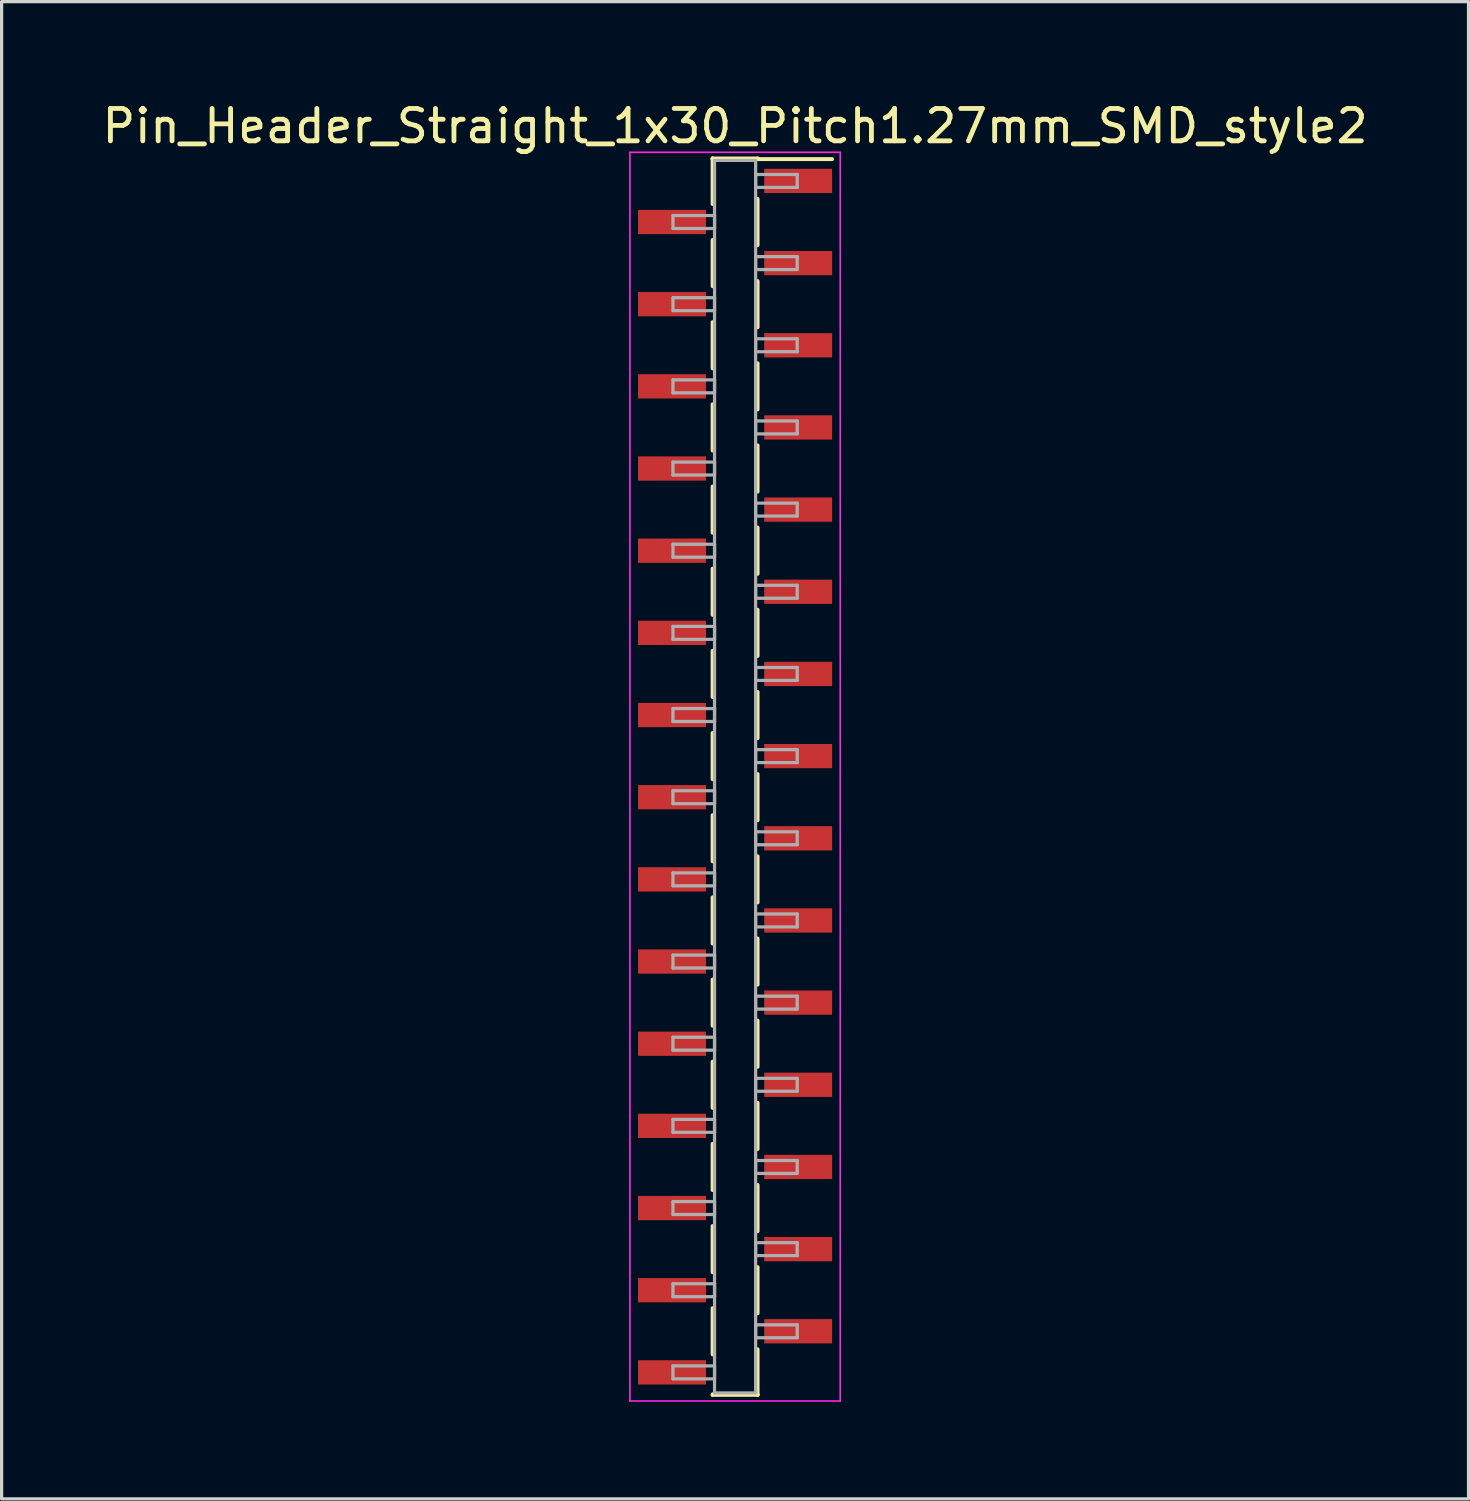
<source format=kicad_pcb>
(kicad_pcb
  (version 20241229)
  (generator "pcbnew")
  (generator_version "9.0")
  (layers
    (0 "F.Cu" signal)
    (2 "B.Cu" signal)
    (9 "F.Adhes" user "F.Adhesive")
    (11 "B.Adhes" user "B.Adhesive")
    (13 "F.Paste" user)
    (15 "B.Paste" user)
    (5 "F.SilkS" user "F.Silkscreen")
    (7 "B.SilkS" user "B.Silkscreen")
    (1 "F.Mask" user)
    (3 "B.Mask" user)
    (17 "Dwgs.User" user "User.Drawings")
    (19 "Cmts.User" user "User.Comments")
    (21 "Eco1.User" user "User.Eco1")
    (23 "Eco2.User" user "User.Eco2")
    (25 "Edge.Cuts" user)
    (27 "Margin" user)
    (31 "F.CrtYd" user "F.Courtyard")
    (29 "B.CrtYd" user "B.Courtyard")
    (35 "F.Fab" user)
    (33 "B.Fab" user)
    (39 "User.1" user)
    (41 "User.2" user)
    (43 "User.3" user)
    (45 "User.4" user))
  (footprint "Pin_Header_Straight_1x30_Pitch1.27mm_SMD_style2"
    (layer "F.Cu")
    (at 19.673 20.958)
    (property "Reference" "Pin_Header_Straight_1x30_Pitch1.27mm_SMD_style2" (at 0 -20.11 0) (layer "F.SilkS") (effects (font (size 1 1) (thickness 0.15))))
    (attr smd)
    (fp_line (start -0.695 -19.11) (end -0.695 -17.7) (stroke (width 0.12) (type solid)) (layer "F.SilkS"))
    (fp_line (start -0.695 -19.11) (end 0.695 -19.11) (stroke (width 0.12) (type solid)) (layer "F.SilkS"))
    (fp_line (start -0.695 -19.09) (end -0.695 -19.11) (stroke (width 0.12) (type solid)) (layer "F.SilkS"))
    (fp_line (start -0.695 -16.59) (end -0.695 -15.16) (stroke (width 0.12) (type solid)) (layer "F.SilkS"))
    (fp_line (start -0.695 -14.05) (end -0.695 -12.62) (stroke (width 0.12) (type solid)) (layer "F.SilkS"))
    (fp_line (start -0.695 -11.51) (end -0.695 -10.08) (stroke (width 0.12) (type solid)) (layer "F.SilkS"))
    (fp_line (start -0.695 -8.97) (end -0.695 -7.54) (stroke (width 0.12) (type solid)) (layer "F.SilkS"))
    (fp_line (start -0.695 -6.43) (end -0.695 -5) (stroke (width 0.12) (type solid)) (layer "F.SilkS"))
    (fp_line (start -0.695 -3.89) (end -0.695 -2.46) (stroke (width 0.12) (type solid)) (layer "F.SilkS"))
    (fp_line (start -0.695 -1.35) (end -0.695 0.08) (stroke (width 0.12) (type solid)) (layer "F.SilkS"))
    (fp_line (start -0.695 1.19) (end -0.695 2.62) (stroke (width 0.12) (type solid)) (layer "F.SilkS"))
    (fp_line (start -0.695 3.73) (end -0.695 5.16) (stroke (width 0.12) (type solid)) (layer "F.SilkS"))
    (fp_line (start -0.695 6.27) (end -0.695 7.7) (stroke (width 0.12) (type solid)) (layer "F.SilkS"))
    (fp_line (start -0.695 8.81) (end -0.695 10.24) (stroke (width 0.12) (type solid)) (layer "F.SilkS"))
    (fp_line (start -0.695 11.35) (end -0.695 12.78) (stroke (width 0.12) (type solid)) (layer "F.SilkS"))
    (fp_line (start -0.695 13.89) (end -0.695 15.32) (stroke (width 0.12) (type solid)) (layer "F.SilkS"))
    (fp_line (start -0.695 16.43) (end -0.695 17.86) (stroke (width 0.12) (type solid)) (layer "F.SilkS"))
    (fp_line (start -0.695 19.09) (end -0.695 19.11) (stroke (width 0.12) (type solid)) (layer "F.SilkS"))
    (fp_line (start -0.695 19.11) (end 0.695 19.11) (stroke (width 0.12) (type solid)) (layer "F.SilkS"))
    (fp_line (start 0.695 -19.11) (end 0.695 -19.09) (stroke (width 0.12) (type solid)) (layer "F.SilkS"))
    (fp_line (start 0.695 -19.09) (end 3 -19.09) (stroke (width 0.12) (type solid)) (layer "F.SilkS"))
    (fp_line (start 0.695 -17.86) (end 0.695 -16.43) (stroke (width 0.12) (type solid)) (layer "F.SilkS"))
    (fp_line (start 0.695 -15.32) (end 0.695 -13.89) (stroke (width 0.12) (type solid)) (layer "F.SilkS"))
    (fp_line (start 0.695 -12.78) (end 0.695 -11.35) (stroke (width 0.12) (type solid)) (layer "F.SilkS"))
    (fp_line (start 0.695 -10.24) (end 0.695 -8.81) (stroke (width 0.12) (type solid)) (layer "F.SilkS"))
    (fp_line (start 0.695 -7.7) (end 0.695 -6.27) (stroke (width 0.12) (type solid)) (layer "F.SilkS"))
    (fp_line (start 0.695 -5.16) (end 0.695 -3.73) (stroke (width 0.12) (type solid)) (layer "F.SilkS"))
    (fp_line (start 0.695 -2.62) (end 0.695 -1.19) (stroke (width 0.12) (type solid)) (layer "F.SilkS"))
    (fp_line (start 0.695 -0.08) (end 0.695 1.35) (stroke (width 0.12) (type solid)) (layer "F.SilkS"))
    (fp_line (start 0.695 2.46) (end 0.695 3.89) (stroke (width 0.12) (type solid)) (layer "F.SilkS"))
    (fp_line (start 0.695 5) (end 0.695 6.43) (stroke (width 0.12) (type solid)) (layer "F.SilkS"))
    (fp_line (start 0.695 7.54) (end 0.695 8.97) (stroke (width 0.12) (type solid)) (layer "F.SilkS"))
    (fp_line (start 0.695 10.08) (end 0.695 11.51) (stroke (width 0.12) (type solid)) (layer "F.SilkS"))
    (fp_line (start 0.695 12.62) (end 0.695 14.05) (stroke (width 0.12) (type solid)) (layer "F.SilkS"))
    (fp_line (start 0.695 15.16) (end 0.695 16.59) (stroke (width 0.12) (type solid)) (layer "F.SilkS"))
    (fp_line (start 0.695 17.7) (end 0.695 19.11) (stroke (width 0.12) (type solid)) (layer "F.SilkS"))
    (fp_line (start 0.695 19.11) (end 0.695 19.09) (stroke (width 0.12) (type solid)) (layer "F.SilkS"))
    (fp_line (start -3.25 -19.3) (end -3.25 19.3) (stroke (width 0.05) (type solid)) (layer "F.CrtYd"))
    (fp_line (start -3.25 19.3) (end 3.25 19.3) (stroke (width 0.05) (type solid)) (layer "F.CrtYd"))
    (fp_line (start 3.25 -19.3) (end -3.25 -19.3) (stroke (width 0.05) (type solid)) (layer "F.CrtYd"))
    (fp_line (start 3.25 19.3) (end 3.25 -19.3) (stroke (width 0.05) (type solid)) (layer "F.CrtYd"))
    (fp_line (start -1.92 -17.345) (end -0.635 -17.345) (stroke (width 0.1) (type solid)) (layer "F.Fab"))
    (fp_line (start -1.92 -16.945) (end -1.92 -17.345) (stroke (width 0.1) (type solid)) (layer "F.Fab"))
    (fp_line (start -1.92 -14.805) (end -0.635 -14.805) (stroke (width 0.1) (type solid)) (layer "F.Fab"))
    (fp_line (start -1.92 -14.405) (end -1.92 -14.805) (stroke (width 0.1) (type solid)) (layer "F.Fab"))
    (fp_line (start -1.92 -12.265) (end -0.635 -12.265) (stroke (width 0.1) (type solid)) (layer "F.Fab"))
    (fp_line (start -1.92 -11.865) (end -1.92 -12.265) (stroke (width 0.1) (type solid)) (layer "F.Fab"))
    (fp_line (start -1.92 -9.725) (end -0.635 -9.725) (stroke (width 0.1) (type solid)) (layer "F.Fab"))
    (fp_line (start -1.92 -9.325) (end -1.92 -9.725) (stroke (width 0.1) (type solid)) (layer "F.Fab"))
    (fp_line (start -1.92 -7.185) (end -0.635 -7.185) (stroke (width 0.1) (type solid)) (layer "F.Fab"))
    (fp_line (start -1.92 -6.785) (end -1.92 -7.185) (stroke (width 0.1) (type solid)) (layer "F.Fab"))
    (fp_line (start -1.92 -4.645) (end -0.635 -4.645) (stroke (width 0.1) (type solid)) (layer "F.Fab"))
    (fp_line (start -1.92 -4.245) (end -1.92 -4.645) (stroke (width 0.1) (type solid)) (layer "F.Fab"))
    (fp_line (start -1.92 -2.105) (end -0.635 -2.105) (stroke (width 0.1) (type solid)) (layer "F.Fab"))
    (fp_line (start -1.92 -1.705) (end -1.92 -2.105) (stroke (width 0.1) (type solid)) (layer "F.Fab"))
    (fp_line (start -1.92 0.435) (end -0.635 0.435) (stroke (width 0.1) (type solid)) (layer "F.Fab"))
    (fp_line (start -1.92 0.835) (end -1.92 0.435) (stroke (width 0.1) (type solid)) (layer "F.Fab"))
    (fp_line (start -1.92 2.975) (end -0.635 2.975) (stroke (width 0.1) (type solid)) (layer "F.Fab"))
    (fp_line (start -1.92 3.375) (end -1.92 2.975) (stroke (width 0.1) (type solid)) (layer "F.Fab"))
    (fp_line (start -1.92 5.515) (end -0.635 5.515) (stroke (width 0.1) (type solid)) (layer "F.Fab"))
    (fp_line (start -1.92 5.915) (end -1.92 5.515) (stroke (width 0.1) (type solid)) (layer "F.Fab"))
    (fp_line (start -1.92 8.055) (end -0.635 8.055) (stroke (width 0.1) (type solid)) (layer "F.Fab"))
    (fp_line (start -1.92 8.455) (end -1.92 8.055) (stroke (width 0.1) (type solid)) (layer "F.Fab"))
    (fp_line (start -1.92 10.595) (end -0.635 10.595) (stroke (width 0.1) (type solid)) (layer "F.Fab"))
    (fp_line (start -1.92 10.995) (end -1.92 10.595) (stroke (width 0.1) (type solid)) (layer "F.Fab"))
    (fp_line (start -1.92 13.135) (end -0.635 13.135) (stroke (width 0.1) (type solid)) (layer "F.Fab"))
    (fp_line (start -1.92 13.535) (end -1.92 13.135) (stroke (width 0.1) (type solid)) (layer "F.Fab"))
    (fp_line (start -1.92 15.675) (end -0.635 15.675) (stroke (width 0.1) (type solid)) (layer "F.Fab"))
    (fp_line (start -1.92 16.075) (end -1.92 15.675) (stroke (width 0.1) (type solid)) (layer "F.Fab"))
    (fp_line (start -1.92 18.215) (end -0.635 18.215) (stroke (width 0.1) (type solid)) (layer "F.Fab"))
    (fp_line (start -1.92 18.615) (end -1.92 18.215) (stroke (width 0.1) (type solid)) (layer "F.Fab"))
    (fp_line (start -0.635 -19.05) (end -0.635 19.05) (stroke (width 0.1) (type solid)) (layer "F.Fab"))
    (fp_line (start -0.635 -17.345) (end -0.635 -16.945) (stroke (width 0.1) (type solid)) (layer "F.Fab"))
    (fp_line (start -0.635 -16.945) (end -1.92 -16.945) (stroke (width 0.1) (type solid)) (layer "F.Fab"))
    (fp_line (start -0.635 -14.805) (end -0.635 -14.405) (stroke (width 0.1) (type solid)) (layer "F.Fab"))
    (fp_line (start -0.635 -14.405) (end -1.92 -14.405) (stroke (width 0.1) (type solid)) (layer "F.Fab"))
    (fp_line (start -0.635 -12.265) (end -0.635 -11.865) (stroke (width 0.1) (type solid)) (layer "F.Fab"))
    (fp_line (start -0.635 -11.865) (end -1.92 -11.865) (stroke (width 0.1) (type solid)) (layer "F.Fab"))
    (fp_line (start -0.635 -9.725) (end -0.635 -9.325) (stroke (width 0.1) (type solid)) (layer "F.Fab"))
    (fp_line (start -0.635 -9.325) (end -1.92 -9.325) (stroke (width 0.1) (type solid)) (layer "F.Fab"))
    (fp_line (start -0.635 -7.185) (end -0.635 -6.785) (stroke (width 0.1) (type solid)) (layer "F.Fab"))
    (fp_line (start -0.635 -6.785) (end -1.92 -6.785) (stroke (width 0.1) (type solid)) (layer "F.Fab"))
    (fp_line (start -0.635 -4.645) (end -0.635 -4.245) (stroke (width 0.1) (type solid)) (layer "F.Fab"))
    (fp_line (start -0.635 -4.245) (end -1.92 -4.245) (stroke (width 0.1) (type solid)) (layer "F.Fab"))
    (fp_line (start -0.635 -2.105) (end -0.635 -1.705) (stroke (width 0.1) (type solid)) (layer "F.Fab"))
    (fp_line (start -0.635 -1.705) (end -1.92 -1.705) (stroke (width 0.1) (type solid)) (layer "F.Fab"))
    (fp_line (start -0.635 0.435) (end -0.635 0.835) (stroke (width 0.1) (type solid)) (layer "F.Fab"))
    (fp_line (start -0.635 0.835) (end -1.92 0.835) (stroke (width 0.1) (type solid)) (layer "F.Fab"))
    (fp_line (start -0.635 2.975) (end -0.635 3.375) (stroke (width 0.1) (type solid)) (layer "F.Fab"))
    (fp_line (start -0.635 3.375) (end -1.92 3.375) (stroke (width 0.1) (type solid)) (layer "F.Fab"))
    (fp_line (start -0.635 5.515) (end -0.635 5.915) (stroke (width 0.1) (type solid)) (layer "F.Fab"))
    (fp_line (start -0.635 5.915) (end -1.92 5.915) (stroke (width 0.1) (type solid)) (layer "F.Fab"))
    (fp_line (start -0.635 8.055) (end -0.635 8.455) (stroke (width 0.1) (type solid)) (layer "F.Fab"))
    (fp_line (start -0.635 8.455) (end -1.92 8.455) (stroke (width 0.1) (type solid)) (layer "F.Fab"))
    (fp_line (start -0.635 10.595) (end -0.635 10.995) (stroke (width 0.1) (type solid)) (layer "F.Fab"))
    (fp_line (start -0.635 10.995) (end -1.92 10.995) (stroke (width 0.1) (type solid)) (layer "F.Fab"))
    (fp_line (start -0.635 13.135) (end -0.635 13.535) (stroke (width 0.1) (type solid)) (layer "F.Fab"))
    (fp_line (start -0.635 13.535) (end -1.92 13.535) (stroke (width 0.1) (type solid)) (layer "F.Fab"))
    (fp_line (start -0.635 15.675) (end -0.635 16.075) (stroke (width 0.1) (type solid)) (layer "F.Fab"))
    (fp_line (start -0.635 16.075) (end -1.92 16.075) (stroke (width 0.1) (type solid)) (layer "F.Fab"))
    (fp_line (start -0.635 18.215) (end -0.635 18.615) (stroke (width 0.1) (type solid)) (layer "F.Fab"))
    (fp_line (start -0.635 18.615) (end -1.92 18.615) (stroke (width 0.1) (type solid)) (layer "F.Fab"))
    (fp_line (start -0.635 19.05) (end 0.635 19.05) (stroke (width 0.1) (type solid)) (layer "F.Fab"))
    (fp_line (start 0.635 -19.05) (end -0.635 -19.05) (stroke (width 0.1) (type solid)) (layer "F.Fab"))
    (fp_line (start 0.635 -18.615) (end 0.635 -18.215) (stroke (width 0.1) (type solid)) (layer "F.Fab"))
    (fp_line (start 0.635 -18.215) (end 1.92 -18.215) (stroke (width 0.1) (type solid)) (layer "F.Fab"))
    (fp_line (start 0.635 -16.075) (end 0.635 -15.675) (stroke (width 0.1) (type solid)) (layer "F.Fab"))
    (fp_line (start 0.635 -15.675) (end 1.92 -15.675) (stroke (width 0.1) (type solid)) (layer "F.Fab"))
    (fp_line (start 0.635 -13.535) (end 0.635 -13.135) (stroke (width 0.1) (type solid)) (layer "F.Fab"))
    (fp_line (start 0.635 -13.135) (end 1.92 -13.135) (stroke (width 0.1) (type solid)) (layer "F.Fab"))
    (fp_line (start 0.635 -10.995) (end 0.635 -10.595) (stroke (width 0.1) (type solid)) (layer "F.Fab"))
    (fp_line (start 0.635 -10.595) (end 1.92 -10.595) (stroke (width 0.1) (type solid)) (layer "F.Fab"))
    (fp_line (start 0.635 -8.455) (end 0.635 -8.055) (stroke (width 0.1) (type solid)) (layer "F.Fab"))
    (fp_line (start 0.635 -8.055) (end 1.92 -8.055) (stroke (width 0.1) (type solid)) (layer "F.Fab"))
    (fp_line (start 0.635 -5.915) (end 0.635 -5.515) (stroke (width 0.1) (type solid)) (layer "F.Fab"))
    (fp_line (start 0.635 -5.515) (end 1.92 -5.515) (stroke (width 0.1) (type solid)) (layer "F.Fab"))
    (fp_line (start 0.635 -3.375) (end 0.635 -2.975) (stroke (width 0.1) (type solid)) (layer "F.Fab"))
    (fp_line (start 0.635 -2.975) (end 1.92 -2.975) (stroke (width 0.1) (type solid)) (layer "F.Fab"))
    (fp_line (start 0.635 -0.835) (end 0.635 -0.435) (stroke (width 0.1) (type solid)) (layer "F.Fab"))
    (fp_line (start 0.635 -0.435) (end 1.92 -0.435) (stroke (width 0.1) (type solid)) (layer "F.Fab"))
    (fp_line (start 0.635 1.705) (end 0.635 2.105) (stroke (width 0.1) (type solid)) (layer "F.Fab"))
    (fp_line (start 0.635 2.105) (end 1.92 2.105) (stroke (width 0.1) (type solid)) (layer "F.Fab"))
    (fp_line (start 0.635 4.245) (end 0.635 4.645) (stroke (width 0.1) (type solid)) (layer "F.Fab"))
    (fp_line (start 0.635 4.645) (end 1.92 4.645) (stroke (width 0.1) (type solid)) (layer "F.Fab"))
    (fp_line (start 0.635 6.785) (end 0.635 7.185) (stroke (width 0.1) (type solid)) (layer "F.Fab"))
    (fp_line (start 0.635 7.185) (end 1.92 7.185) (stroke (width 0.1) (type solid)) (layer "F.Fab"))
    (fp_line (start 0.635 9.325) (end 0.635 9.725) (stroke (width 0.1) (type solid)) (layer "F.Fab"))
    (fp_line (start 0.635 9.725) (end 1.92 9.725) (stroke (width 0.1) (type solid)) (layer "F.Fab"))
    (fp_line (start 0.635 11.865) (end 0.635 12.265) (stroke (width 0.1) (type solid)) (layer "F.Fab"))
    (fp_line (start 0.635 12.265) (end 1.92 12.265) (stroke (width 0.1) (type solid)) (layer "F.Fab"))
    (fp_line (start 0.635 14.405) (end 0.635 14.805) (stroke (width 0.1) (type solid)) (layer "F.Fab"))
    (fp_line (start 0.635 14.805) (end 1.92 14.805) (stroke (width 0.1) (type solid)) (layer "F.Fab"))
    (fp_line (start 0.635 16.945) (end 0.635 17.345) (stroke (width 0.1) (type solid)) (layer "F.Fab"))
    (fp_line (start 0.635 17.345) (end 1.92 17.345) (stroke (width 0.1) (type solid)) (layer "F.Fab"))
    (fp_line (start 0.635 19.05) (end 0.635 -19.05) (stroke (width 0.1) (type solid)) (layer "F.Fab"))
    (fp_line (start 1.92 -18.615) (end 0.635 -18.615) (stroke (width 0.1) (type solid)) (layer "F.Fab"))
    (fp_line (start 1.92 -18.215) (end 1.92 -18.615) (stroke (width 0.1) (type solid)) (layer "F.Fab"))
    (fp_line (start 1.92 -16.075) (end 0.635 -16.075) (stroke (width 0.1) (type solid)) (layer "F.Fab"))
    (fp_line (start 1.92 -15.675) (end 1.92 -16.075) (stroke (width 0.1) (type solid)) (layer "F.Fab"))
    (fp_line (start 1.92 -13.535) (end 0.635 -13.535) (stroke (width 0.1) (type solid)) (layer "F.Fab"))
    (fp_line (start 1.92 -13.135) (end 1.92 -13.535) (stroke (width 0.1) (type solid)) (layer "F.Fab"))
    (fp_line (start 1.92 -10.995) (end 0.635 -10.995) (stroke (width 0.1) (type solid)) (layer "F.Fab"))
    (fp_line (start 1.92 -10.595) (end 1.92 -10.995) (stroke (width 0.1) (type solid)) (layer "F.Fab"))
    (fp_line (start 1.92 -8.455) (end 0.635 -8.455) (stroke (width 0.1) (type solid)) (layer "F.Fab"))
    (fp_line (start 1.92 -8.055) (end 1.92 -8.455) (stroke (width 0.1) (type solid)) (layer "F.Fab"))
    (fp_line (start 1.92 -5.915) (end 0.635 -5.915) (stroke (width 0.1) (type solid)) (layer "F.Fab"))
    (fp_line (start 1.92 -5.515) (end 1.92 -5.915) (stroke (width 0.1) (type solid)) (layer "F.Fab"))
    (fp_line (start 1.92 -3.375) (end 0.635 -3.375) (stroke (width 0.1) (type solid)) (layer "F.Fab"))
    (fp_line (start 1.92 -2.975) (end 1.92 -3.375) (stroke (width 0.1) (type solid)) (layer "F.Fab"))
    (fp_line (start 1.92 -0.835) (end 0.635 -0.835) (stroke (width 0.1) (type solid)) (layer "F.Fab"))
    (fp_line (start 1.92 -0.435) (end 1.92 -0.835) (stroke (width 0.1) (type solid)) (layer "F.Fab"))
    (fp_line (start 1.92 1.705) (end 0.635 1.705) (stroke (width 0.1) (type solid)) (layer "F.Fab"))
    (fp_line (start 1.92 2.105) (end 1.92 1.705) (stroke (width 0.1) (type solid)) (layer "F.Fab"))
    (fp_line (start 1.92 4.245) (end 0.635 4.245) (stroke (width 0.1) (type solid)) (layer "F.Fab"))
    (fp_line (start 1.92 4.645) (end 1.92 4.245) (stroke (width 0.1) (type solid)) (layer "F.Fab"))
    (fp_line (start 1.92 6.785) (end 0.635 6.785) (stroke (width 0.1) (type solid)) (layer "F.Fab"))
    (fp_line (start 1.92 7.185) (end 1.92 6.785) (stroke (width 0.1) (type solid)) (layer "F.Fab"))
    (fp_line (start 1.92 9.325) (end 0.635 9.325) (stroke (width 0.1) (type solid)) (layer "F.Fab"))
    (fp_line (start 1.92 9.725) (end 1.92 9.325) (stroke (width 0.1) (type solid)) (layer "F.Fab"))
    (fp_line (start 1.92 11.865) (end 0.635 11.865) (stroke (width 0.1) (type solid)) (layer "F.Fab"))
    (fp_line (start 1.92 12.265) (end 1.92 11.865) (stroke (width 0.1) (type solid)) (layer "F.Fab"))
    (fp_line (start 1.92 14.405) (end 0.635 14.405) (stroke (width 0.1) (type solid)) (layer "F.Fab"))
    (fp_line (start 1.92 14.805) (end 1.92 14.405) (stroke (width 0.1) (type solid)) (layer "F.Fab"))
    (fp_line (start 1.92 16.945) (end 0.635 16.945) (stroke (width 0.1) (type solid)) (layer "F.Fab"))
    (fp_line (start 1.92 17.345) (end 1.92 16.945) (stroke (width 0.1) (type solid)) (layer "F.Fab"))
    (pad "1" smd rect (at 1.95 -18.415) (size 2.1 0.75) (layers "F.Cu" "F.Mask"))
    (pad "2" smd rect (at -1.95 -17.145) (size 2.1 0.75) (layers "F.Cu" "F.Mask"))
    (pad "3" smd rect (at 1.95 -15.875) (size 2.1 0.75) (layers "F.Cu" "F.Mask"))
    (pad "4" smd rect (at -1.95 -14.605) (size 2.1 0.75) (layers "F.Cu" "F.Mask"))
    (pad "5" smd rect (at 1.95 -13.335) (size 2.1 0.75) (layers "F.Cu" "F.Mask"))
    (pad "6" smd rect (at -1.95 -12.065) (size 2.1 0.75) (layers "F.Cu" "F.Mask"))
    (pad "7" smd rect (at 1.95 -10.795) (size 2.1 0.75) (layers "F.Cu" "F.Mask"))
    (pad "8" smd rect (at -1.95 -9.525) (size 2.1 0.75) (layers "F.Cu" "F.Mask"))
    (pad "9" smd rect (at 1.95 -8.255) (size 2.1 0.75) (layers "F.Cu" "F.Mask"))
    (pad "10" smd rect (at -1.95 -6.985) (size 2.1 0.75) (layers "F.Cu" "F.Mask"))
    (pad "11" smd rect (at 1.95 -5.715) (size 2.1 0.75) (layers "F.Cu" "F.Mask"))
    (pad "12" smd rect (at -1.95 -4.445) (size 2.1 0.75) (layers "F.Cu" "F.Mask"))
    (pad "13" smd rect (at 1.95 -3.175) (size 2.1 0.75) (layers "F.Cu" "F.Mask"))
    (pad "14" smd rect (at -1.95 -1.905) (size 2.1 0.75) (layers "F.Cu" "F.Mask"))
    (pad "15" smd rect (at 1.95 -0.635) (size 2.1 0.75) (layers "F.Cu" "F.Mask"))
    (pad "16" smd rect (at -1.95 0.635) (size 2.1 0.75) (layers "F.Cu" "F.Mask"))
    (pad "17" smd rect (at 1.95 1.905) (size 2.1 0.75) (layers "F.Cu" "F.Mask"))
    (pad "18" smd rect (at -1.95 3.175) (size 2.1 0.75) (layers "F.Cu" "F.Mask"))
    (pad "19" smd rect (at 1.95 4.445) (size 2.1 0.75) (layers "F.Cu" "F.Mask"))
    (pad "20" smd rect (at -1.95 5.715) (size 2.1 0.75) (layers "F.Cu" "F.Mask"))
    (pad "21" smd rect (at 1.95 6.985) (size 2.1 0.75) (layers "F.Cu" "F.Mask"))
    (pad "22" smd rect (at -1.95 8.255) (size 2.1 0.75) (layers "F.Cu" "F.Mask"))
    (pad "23" smd rect (at 1.95 9.525) (size 2.1 0.75) (layers "F.Cu" "F.Mask"))
    (pad "24" smd rect (at -1.95 10.795) (size 2.1 0.75) (layers "F.Cu" "F.Mask"))
    (pad "25" smd rect (at 1.95 12.065) (size 2.1 0.75) (layers "F.Cu" "F.Mask"))
    (pad "26" smd rect (at -1.95 13.335) (size 2.1 0.75) (layers "F.Cu" "F.Mask"))
    (pad "27" smd rect (at 1.95 14.605) (size 2.1 0.75) (layers "F.Cu" "F.Mask"))
    (pad "28" smd rect (at -1.95 15.875) (size 2.1 0.75) (layers "F.Cu" "F.Mask"))
    (pad "29" smd rect (at 1.95 17.145) (size 2.1 0.75) (layers "F.Cu" "F.Mask"))
    (pad "30" smd rect (at -1.95 18.415) (size 2.1 0.75) (layers "F.Cu" "F.Mask")))
  (gr_rect
    (start -3 -3)
    (end 42.345 43.283)
    (stroke (width 0.1) (type default))
    (fill no)
    (layer "Edge.Cuts")))
</source>
